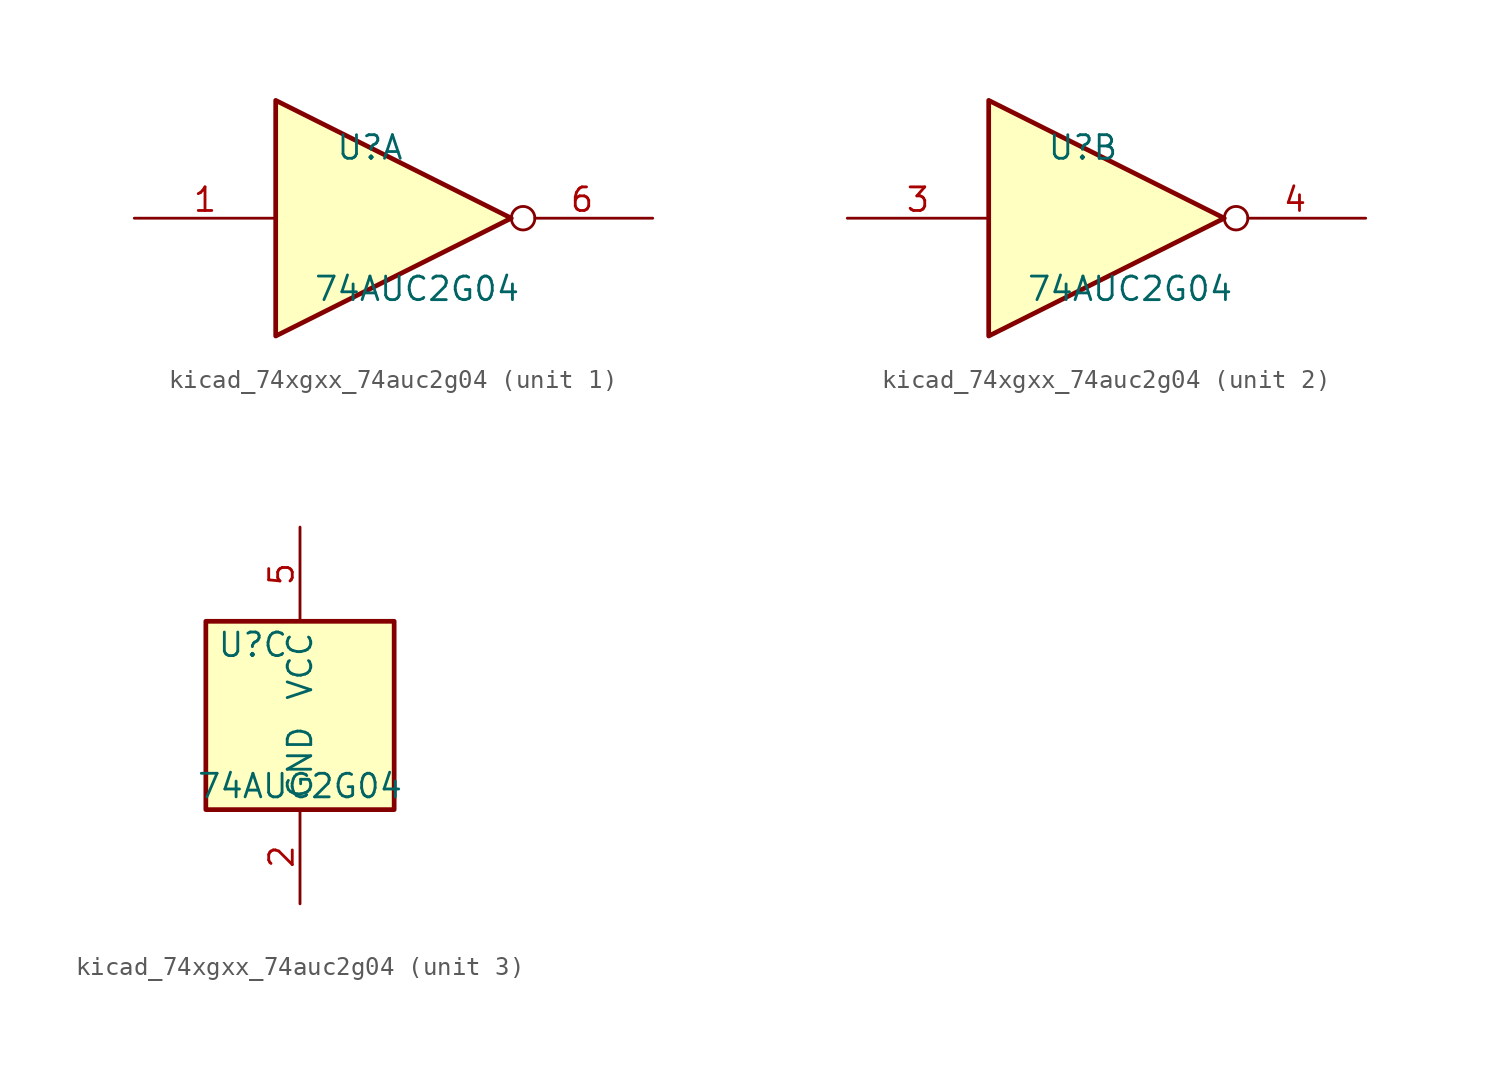
<source format=kicad_sym>
(kicad_symbol_lib
  (version 20220914)
  (generator kicad_symbol_editor)
  (symbol "kicad_74xgxx_74auc2g04"
    (property "Reference" "U"
      (at -2.54 3.81 0)
      (effects (font (size 1.27 1.27))))
    (property "Value" "74AUC2G04"
      (at 0 -3.81 0)
      (effects (font (size 1.27 1.27))))
    (symbol "kicad_74xgxx_74auc2g04_1_1"
      (polyline (pts (xy -7.62 6.35) (xy -7.62 -6.35) (xy 5.08 0) (xy -7.62 6.35)) (stroke (width 0.254) (type default)) (fill (type background)))
      (pin input line (at -15.24 0 0) (length 7.62) (name "~" (effects (font (size 1.27 1.27)))) (number "1" (effects (font (size 1.27 1.27)))))
      (pin output inverted (at 12.7 0 180) (length 7.62) (name "~" (effects (font (size 1.27 1.27)))) (number "6" (effects (font (size 1.27 1.27))))))
    (symbol "kicad_74xgxx_74auc2g04_2_1"
      (polyline (pts (xy -7.62 6.35) (xy -7.62 -6.35) (xy 5.08 0) (xy -7.62 6.35)) (stroke (width 0.254) (type default)) (fill (type background)))
      (pin input line (at -15.24 0 0) (length 7.62) (name "~" (effects (font (size 1.27 1.27)))) (number "3" (effects (font (size 1.27 1.27)))))
      (pin output inverted (at 12.7 0 180) (length 7.62) (name "~" (effects (font (size 1.27 1.27)))) (number "4" (effects (font (size 1.27 1.27))))))
    (symbol "kicad_74xgxx_74auc2g04_3_0"
      (rectangle (start -5.08 -5.08) (end 5.08 5.08) (stroke (width 0.254) (type default)) (fill (type background))))
    (symbol "kicad_74xgxx_74auc2g04_3_1"
      (pin power_in line (at 0 -10.16 90) (length 5.08) (name "GND" (effects (font (size 1.27 1.27)))) (number "2" (effects (font (size 1.27 1.27)))))
      (pin power_in line (at 0 10.16 270) (length 5.08) (name "VCC" (effects (font (size 1.27 1.27)))) (number "5" (effects (font (size 1.27 1.27))))))))
</source>
